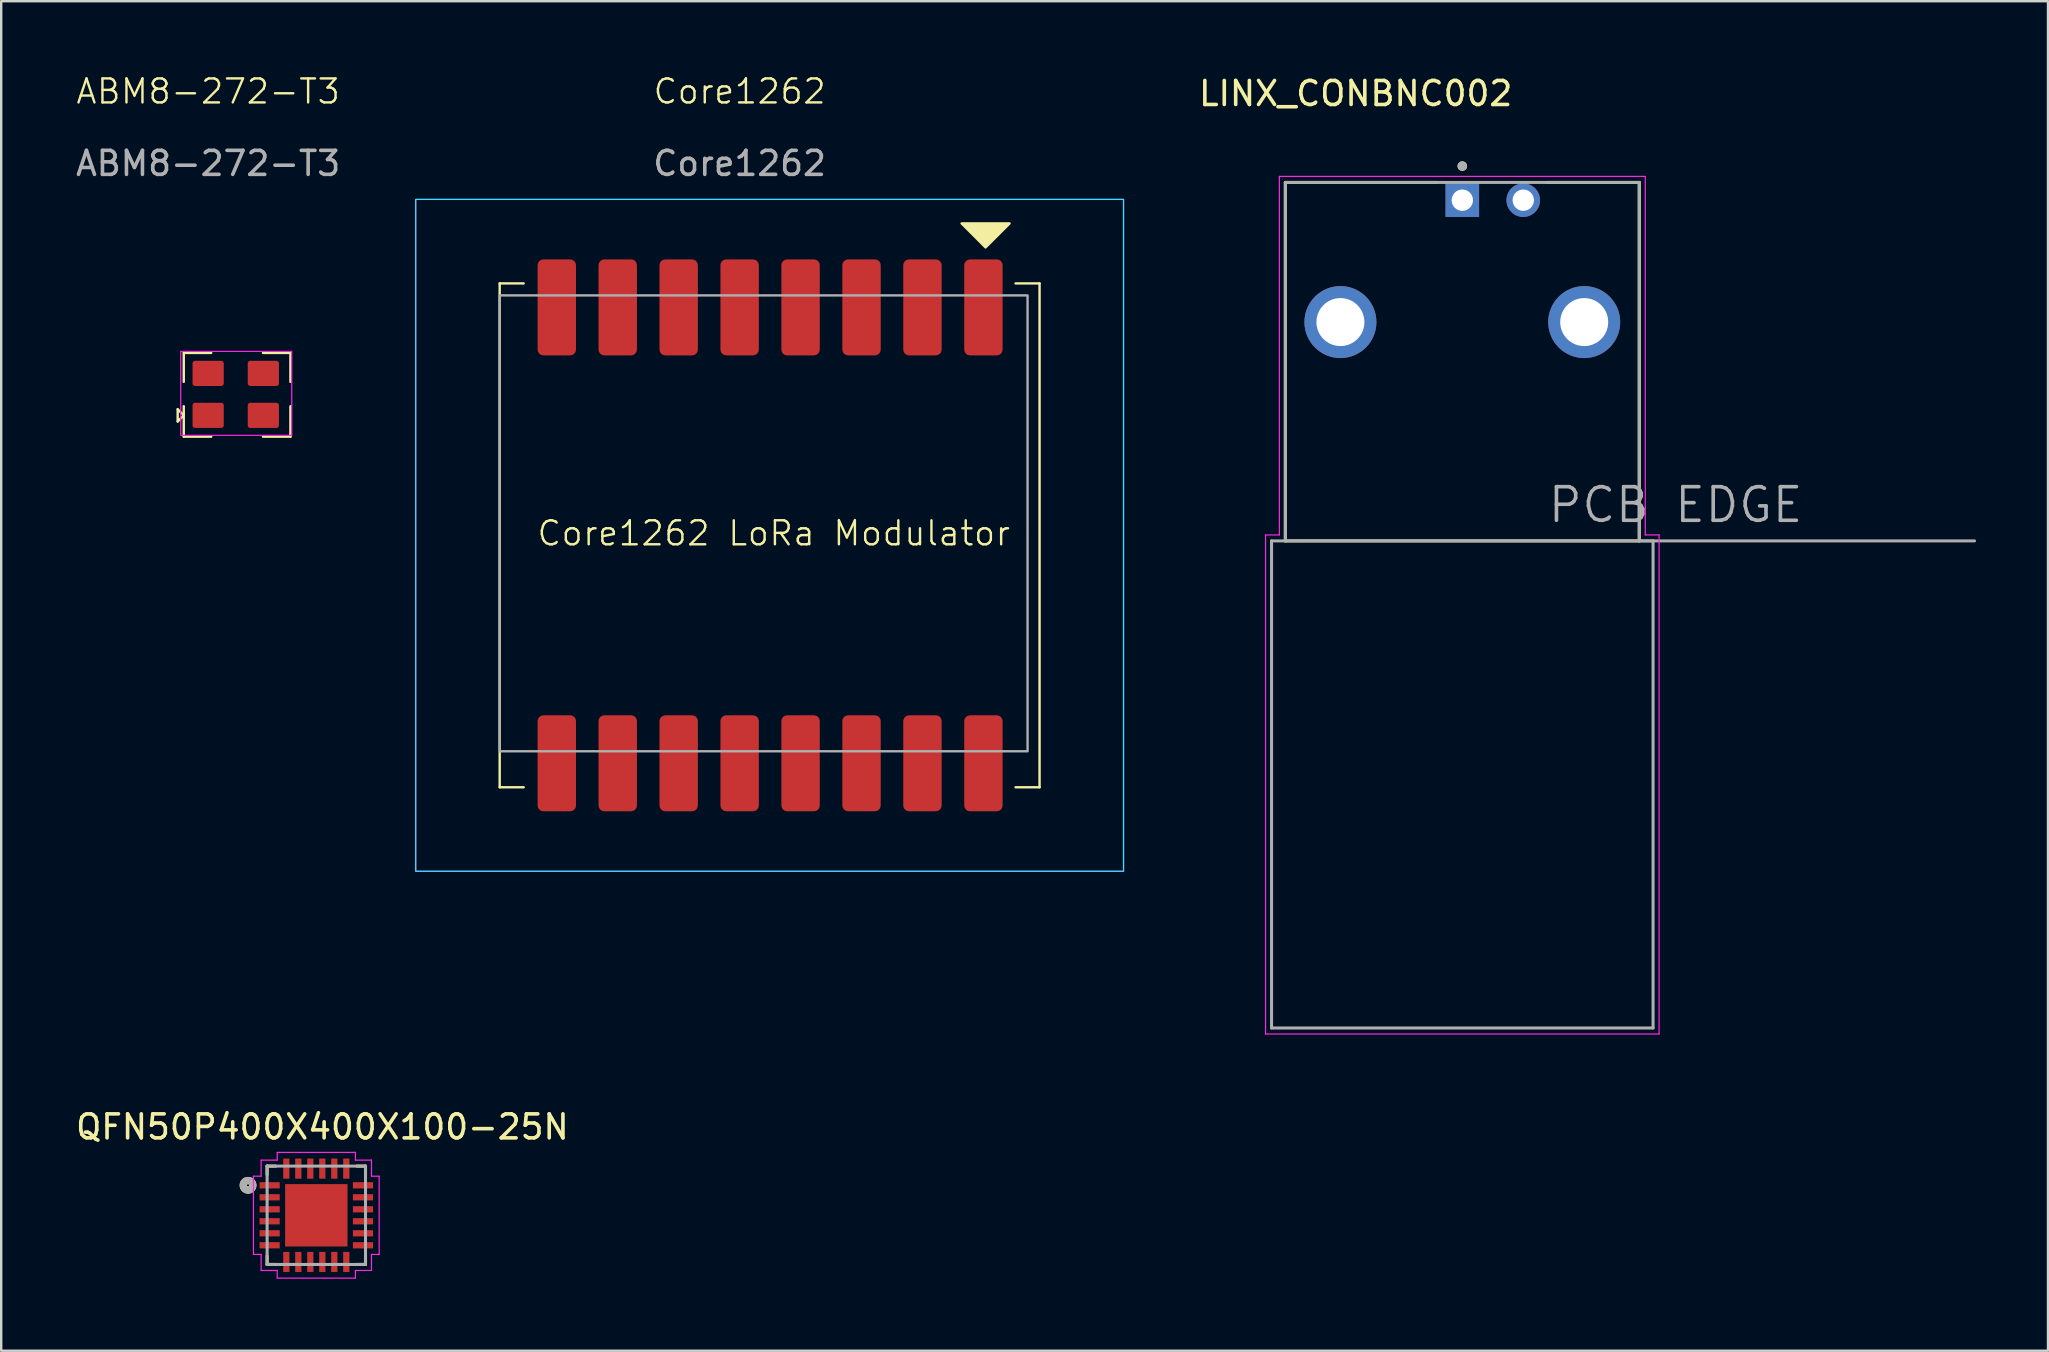
<source format=kicad_pcb>
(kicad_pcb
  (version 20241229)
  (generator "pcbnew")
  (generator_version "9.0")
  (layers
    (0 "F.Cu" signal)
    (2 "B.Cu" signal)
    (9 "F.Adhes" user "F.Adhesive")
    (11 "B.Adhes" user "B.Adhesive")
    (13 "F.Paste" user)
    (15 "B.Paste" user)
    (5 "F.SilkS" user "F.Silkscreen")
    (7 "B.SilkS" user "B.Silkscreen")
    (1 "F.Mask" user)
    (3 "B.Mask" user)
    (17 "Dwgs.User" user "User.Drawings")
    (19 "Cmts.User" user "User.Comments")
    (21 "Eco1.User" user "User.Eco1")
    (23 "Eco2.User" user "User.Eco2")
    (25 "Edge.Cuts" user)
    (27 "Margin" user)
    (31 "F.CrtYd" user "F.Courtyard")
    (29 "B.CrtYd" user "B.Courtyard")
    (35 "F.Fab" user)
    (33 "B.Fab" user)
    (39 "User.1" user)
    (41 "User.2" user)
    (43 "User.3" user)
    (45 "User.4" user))
  (footprint "QFN50P400X400X100-25N"
    (layer "F.Cu")
    (at 10.133 47.599)
    (property "Reference" "QFN50P400X400X100-25N" (at 0.254 -3.683 0) (layer "F.SilkS") (effects (font (size 1 1) (thickness 0.15))))
    (attr smd)
    (fp_line (start -2.05 -2.05) (end -2.05 -1.69) (stroke (width 0.127) (type solid)) (layer "F.SilkS"))
    (fp_line (start -2.05 2.05) (end -2.05 1.69) (stroke (width 0.127) (type solid)) (layer "F.SilkS"))
    (fp_line (start -1.69 -2.05) (end -2.05 -2.05) (stroke (width 0.127) (type solid)) (layer "F.SilkS"))
    (fp_line (start -1.69 2.05) (end -2.05 2.05) (stroke (width 0.127) (type solid)) (layer "F.SilkS"))
    (fp_line (start 1.69 2.05) (end 2.05 2.05) (stroke (width 0.127) (type solid)) (layer "F.SilkS"))
    (fp_line (start 2.05 -2.05) (end 1.69 -2.05) (stroke (width 0.127) (type solid)) (layer "F.SilkS"))
    (fp_line (start 2.05 -1.69) (end 2.05 -2.05) (stroke (width 0.127) (type solid)) (layer "F.SilkS"))
    (fp_line (start 2.05 2.05) (end 2.05 1.69) (stroke (width 0.127) (type solid)) (layer "F.SilkS"))
    (fp_circle (center -2.845 -1.25) (end -2.795 -1.25) (stroke (width 0.3) (type solid)) (fill no) (layer "F.SilkS"))
    (fp_poly (pts (xy -1.045 -1.045) (xy -0.125 -1.045) (xy -0.125 -0.125) (xy -1.045 -0.125)) (stroke (width 0.01) (type solid)) (fill yes) (layer "F.Paste"))
    (fp_poly (pts (xy -1.045 0.125) (xy -0.125 0.125) (xy -0.125 1.045) (xy -1.045 1.045)) (stroke (width 0.01) (type solid)) (fill yes) (layer "F.Paste"))
    (fp_poly (pts (xy 0.125 -1.045) (xy 1.045 -1.045) (xy 1.045 -0.125) (xy 0.125 -0.125)) (stroke (width 0.01) (type solid)) (fill yes) (layer "F.Paste"))
    (fp_poly (pts (xy 0.125 0.125) (xy 1.045 0.125) (xy 1.045 1.045) (xy 0.125 1.045)) (stroke (width 0.01) (type solid)) (fill yes) (layer "F.Paste"))
    (fp_line (start -2.62 -1.63) (end -2.62 1.63) (stroke (width 0.05) (type solid)) (layer "F.CrtYd"))
    (fp_line (start -2.62 1.63) (end -2.3 1.63) (stroke (width 0.05) (type solid)) (layer "F.CrtYd"))
    (fp_line (start -2.3 -2.3) (end -2.3 -1.63) (stroke (width 0.05) (type solid)) (layer "F.CrtYd"))
    (fp_line (start -2.3 -1.63) (end -2.62 -1.63) (stroke (width 0.05) (type solid)) (layer "F.CrtYd"))
    (fp_line (start -2.3 1.63) (end -2.3 2.3) (stroke (width 0.05) (type solid)) (layer "F.CrtYd"))
    (fp_line (start -2.3 2.3) (end -1.63 2.3) (stroke (width 0.05) (type solid)) (layer "F.CrtYd"))
    (fp_line (start -1.63 -2.62) (end -1.63 -2.3) (stroke (width 0.05) (type solid)) (layer "F.CrtYd"))
    (fp_line (start -1.63 -2.3) (end -2.3 -2.3) (stroke (width 0.05) (type solid)) (layer "F.CrtYd"))
    (fp_line (start -1.63 2.3) (end -1.63 2.62) (stroke (width 0.05) (type solid)) (layer "F.CrtYd"))
    (fp_line (start -1.63 2.62) (end 1.63 2.62) (stroke (width 0.05) (type solid)) (layer "F.CrtYd"))
    (fp_line (start 1.63 -2.62) (end -1.63 -2.62) (stroke (width 0.05) (type solid)) (layer "F.CrtYd"))
    (fp_line (start 1.63 -2.3) (end 1.63 -2.62) (stroke (width 0.05) (type solid)) (layer "F.CrtYd"))
    (fp_line (start 1.63 2.3) (end 2.3 2.3) (stroke (width 0.05) (type solid)) (layer "F.CrtYd"))
    (fp_line (start 1.63 2.62) (end 1.63 2.3) (stroke (width 0.05) (type solid)) (layer "F.CrtYd"))
    (fp_line (start 2.3 -2.3) (end 1.63 -2.3) (stroke (width 0.05) (type solid)) (layer "F.CrtYd"))
    (fp_line (start 2.3 -1.63) (end 2.3 -2.3) (stroke (width 0.05) (type solid)) (layer "F.CrtYd"))
    (fp_line (start 2.3 1.63) (end 2.62 1.63) (stroke (width 0.05) (type solid)) (layer "F.CrtYd"))
    (fp_line (start 2.3 2.3) (end 2.3 1.63) (stroke (width 0.05) (type solid)) (layer "F.CrtYd"))
    (fp_line (start 2.62 -1.63) (end 2.3 -1.63) (stroke (width 0.05) (type solid)) (layer "F.CrtYd"))
    (fp_line (start 2.62 1.63) (end 2.62 -1.63) (stroke (width 0.05) (type solid)) (layer "F.CrtYd"))
    (fp_line (start -2.05 -2.05) (end -2.05 2.05) (stroke (width 0.127) (type solid)) (layer "F.Fab"))
    (fp_line (start -2.05 2.05) (end 2.05 2.05) (stroke (width 0.127) (type solid)) (layer "F.Fab"))
    (fp_line (start 2.05 -2.05) (end -2.05 -2.05) (stroke (width 0.127) (type solid)) (layer "F.Fab"))
    (fp_line (start 2.05 2.05) (end 2.05 -2.05) (stroke (width 0.127) (type solid)) (layer "F.Fab"))
    (fp_circle (center -2.845 -1.25) (end -2.795 -1.25) (stroke (width 0.3) (type solid)) (fill no) (layer "F.Fab"))
    (pad "0" smd rect (at 0 0) (size 2.6 2.6) (layers "F.Cu" "F.Mask"))
    (pad "1" smd rect (at -1.945 -1.25) (size 0.84 0.26) (layers "F.Cu" "F.Mask" "F.Paste"))
    (pad "2" smd rect (at -1.945 -0.75) (size 0.84 0.26) (layers "F.Cu" "F.Mask" "F.Paste"))
    (pad "3" smd rect (at -1.945 -0.25) (size 0.84 0.26) (layers "F.Cu" "F.Mask" "F.Paste"))
    (pad "4" smd rect (at -1.945 0.25) (size 0.84 0.26) (layers "F.Cu" "F.Mask" "F.Paste"))
    (pad "5" smd rect (at -1.945 0.75) (size 0.84 0.26) (layers "F.Cu" "F.Mask" "F.Paste"))
    (pad "6" smd rect (at -1.945 1.25) (size 0.84 0.26) (layers "F.Cu" "F.Mask" "F.Paste"))
    (pad "7" smd rect (at -1.25 1.945) (size 0.26 0.84) (layers "F.Cu" "F.Mask" "F.Paste"))
    (pad "8" smd rect (at -0.75 1.945) (size 0.26 0.84) (layers "F.Cu" "F.Mask" "F.Paste"))
    (pad "9" smd rect (at -0.25 1.945) (size 0.26 0.84) (layers "F.Cu" "F.Mask" "F.Paste"))
    (pad "10" smd rect (at 0.25 1.945) (size 0.26 0.84) (layers "F.Cu" "F.Mask" "F.Paste"))
    (pad "11" smd rect (at 0.75 1.945) (size 0.26 0.84) (layers "F.Cu" "F.Mask" "F.Paste"))
    (pad "12" smd rect (at 1.25 1.945) (size 0.26 0.84) (layers "F.Cu" "F.Mask" "F.Paste"))
    (pad "13" smd rect (at 1.945 1.25) (size 0.84 0.26) (layers "F.Cu" "F.Mask" "F.Paste"))
    (pad "14" smd rect (at 1.945 0.75) (size 0.84 0.26) (layers "F.Cu" "F.Mask" "F.Paste"))
    (pad "15" smd rect (at 1.945 0.25) (size 0.84 0.26) (layers "F.Cu" "F.Mask" "F.Paste"))
    (pad "16" smd rect (at 1.945 -0.25) (size 0.84 0.26) (layers "F.Cu" "F.Mask" "F.Paste"))
    (pad "17" smd rect (at 1.945 -0.75) (size 0.84 0.26) (layers "F.Cu" "F.Mask" "F.Paste"))
    (pad "18" smd rect (at 1.945 -1.25) (size 0.84 0.26) (layers "F.Cu" "F.Mask" "F.Paste"))
    (pad "19" smd rect (at 1.25 -1.945) (size 0.26 0.84) (layers "F.Cu" "F.Mask" "F.Paste"))
    (pad "20" smd rect (at 0.75 -1.945) (size 0.26 0.84) (layers "F.Cu" "F.Mask" "F.Paste"))
    (pad "21" smd rect (at 0.25 -1.945) (size 0.26 0.84) (layers "F.Cu" "F.Mask" "F.Paste"))
    (pad "22" smd rect (at -0.25 -1.945) (size 0.26 0.84) (layers "F.Cu" "F.Mask" "F.Paste"))
    (pad "23" smd rect (at -0.75 -1.945) (size 0.26 0.84) (layers "F.Cu" "F.Mask" "F.Paste"))
    (pad "24" smd rect (at -1.25 -1.945) (size 0.26 0.84) (layers "F.Cu" "F.Mask" "F.Paste")))
  (footprint "ABM8-272-T3"
    (layer "F.Cu")
    (at 5.625 14.261)
    (property "Reference" "ABM8-272-T3" (at 0 -13.5 0) (unlocked yes) (layer "F.SilkS") (effects (font (size 1 1) (thickness 0.1))))
    (attr smd)
    (fp_line (start -1.27 -0.254) (end -1.27 0.254) (stroke (width 0.1) (type default)) (layer "F.SilkS"))
    (fp_line (start -1.27 0.254) (end -1.016 0) (stroke (width 0.1) (type default)) (layer "F.SilkS"))
    (fp_line (start -1.016 -2.603) (end 0.127 -2.603) (stroke (width 0.1) (type default)) (layer "F.SilkS"))
    (fp_line (start -1.016 -1.397) (end -1.016 -2.603) (stroke (width 0.1) (type default)) (layer "F.SilkS"))
    (fp_line (start -1.016 -0.381) (end -1.016 0.889) (stroke (width 0.1) (type default)) (layer "F.SilkS"))
    (fp_line (start -1.016 0) (end -1.27 -0.254) (stroke (width 0.1) (type default)) (layer "F.SilkS"))
    (fp_line (start -1.016 0.889) (end 0.127 0.889) (stroke (width 0.1) (type default)) (layer "F.SilkS"))
    (fp_line (start 3.429 -2.603) (end 2.286 -2.603) (stroke (width 0.1) (type default)) (layer "F.SilkS"))
    (fp_line (start 3.429 -1.397) (end 3.429 -2.603) (stroke (width 0.1) (type default)) (layer "F.SilkS"))
    (fp_line (start 3.429 -0.381) (end 3.429 0.889) (stroke (width 0.1) (type default)) (layer "F.SilkS"))
    (fp_line (start 3.429 0.889) (end 2.286 0.889) (stroke (width 0.1) (type default)) (layer "F.SilkS"))
    (fp_rect (start -1.143 -2.667) (end 3.484 0.833) (stroke (width 0.05) (type solid)) (fill no) (layer "F.CrtYd"))
    (fp_text user "${REFERENCE}" (at 0 -10.5 0) (unlocked yes) (layer "F.Fab") (effects (font (size 1 1) (thickness 0.15))))
    (pad "1" smd roundrect (at 0 0) (size 1.3 1.05) (layers "F.Cu" "F.Mask" "F.Paste") (roundrect_rratio 0.1))
    (pad "2" smd roundrect (at 2.3 0) (size 1.3 1.05) (layers "F.Cu" "F.Mask" "F.Paste") (roundrect_rratio 0.1))
    (pad "3" smd roundrect (at 2.3 -1.75) (size 1.3 1.05) (layers "F.Cu" "F.Mask" "F.Paste") (roundrect_rratio 0.1))
    (pad "4" smd roundrect (at 0 -1.75) (size 1.3 1.05) (layers "F.Cu" "F.Mask" "F.Paste") (roundrect_rratio 0.1)))
  (footprint "Core1262"
    (layer "F.Cu")
    (at 17.755 28.761)
    (property "Reference" "Core1262" (at 10.02 -28 0) (unlocked yes) (layer "F.SilkS") (effects (font (size 1 1) (thickness 0.1))))
    (attr smd)
    (fp_line (start 0.02 -20) (end 1.02 -20) (stroke (width 0.1) (type default)) (layer "F.SilkS"))
    (fp_line (start 0.02 1) (end 0.02 -20) (stroke (width 0.1) (type default)) (layer "F.SilkS"))
    (fp_line (start 0.02 1) (end 1.02 1) (stroke (width 0.1) (type default)) (layer "F.SilkS"))
    (fp_line (start 22.52 -20) (end 21.52 -20) (stroke (width 0.1) (type default)) (layer "F.SilkS"))
    (fp_line (start 22.52 1) (end 21.52 1) (stroke (width 0.1) (type default)) (layer "F.SilkS"))
    (fp_line (start 22.52 1) (end 22.52 -20) (stroke (width 0.1) (type default)) (layer "F.SilkS"))
    (fp_poly (pts (xy 21.27 -22.5) (xy 20.27 -21.5) (xy 19.27 -22.5)) (stroke (width 0.1) (type solid)) (fill yes) (layer "F.SilkS"))
    (fp_rect (start -3.48 -23.5) (end 26.02 4.5) (stroke (width 0.05) (type default)) (fill no) (layer "B.CrtYd"))
    (fp_rect (start -3.48 -23.5) (end 26.02 4.5) (stroke (width 0.05) (type default)) (fill no) (layer "F.CrtYd"))
    (fp_rect (start 0.02 -19.5) (end 22.02 -0.5) (stroke (width 0.1) (type solid)) (fill no) (layer "F.Fab"))
    (fp_text user "Core1262 LoRa Modulator" (at 1.52 -9 0) (unlocked yes) (layer "F.SilkS") (effects (font (size 1 1) (thickness 0.1)) (justify left bottom)))
    (fp_text user "${REFERENCE}" (at 10.02 -25 0) (unlocked yes) (layer "F.Fab") (effects (font (size 1 1) (thickness 0.15))))
    (pad "1" smd roundrect (at 20.18 -19) (size 1.6 4) (layers "F.Cu" "F.Mask" "F.Paste") (roundrect_rratio 0.15))
    (pad "2" smd roundrect (at 17.64 -19) (size 1.6 4) (layers "F.Cu" "F.Mask" "F.Paste") (roundrect_rratio 0.15))
    (pad "3" smd roundrect (at 15.1 -19) (size 1.6 4) (layers "F.Cu" "F.Mask" "F.Paste") (roundrect_rratio 0.15))
    (pad "4" smd roundrect (at 12.56 -19) (size 1.6 4) (layers "F.Cu" "F.Mask" "F.Paste") (roundrect_rratio 0.15))
    (pad "5" smd roundrect (at 10.02 -19) (size 1.6 4) (layers "F.Cu" "F.Mask" "F.Paste") (roundrect_rratio 0.15))
    (pad "6" smd roundrect (at 7.48 -19) (size 1.6 4) (layers "F.Cu" "F.Mask" "F.Paste") (roundrect_rratio 0.15))
    (pad "7" smd roundrect (at 4.94 -19) (size 1.6 4) (layers "F.Cu" "F.Mask" "F.Paste") (roundrect_rratio 0.15))
    (pad "8" smd roundrect (at 2.4 -19) (size 1.6 4) (layers "F.Cu" "F.Mask" "F.Paste") (roundrect_rratio 0.15))
    (pad "9" smd roundrect (at 2.4 0) (size 1.6 4) (layers "F.Cu" "F.Mask" "F.Paste") (roundrect_rratio 0.15))
    (pad "10" smd roundrect (at 4.94 0) (size 1.6 4) (layers "F.Cu" "F.Mask" "F.Paste") (roundrect_rratio 0.15))
    (pad "11" smd roundrect (at 7.48 0) (size 1.6 4) (layers "F.Cu" "F.Mask" "F.Paste") (roundrect_rratio 0.15))
    (pad "12" smd roundrect (at 10.02 0) (size 1.6 4) (layers "F.Cu" "F.Mask" "F.Paste") (roundrect_rratio 0.15))
    (pad "13" smd roundrect (at 12.56 0) (size 1.6 4) (layers "F.Cu" "F.Mask" "F.Paste") (roundrect_rratio 0.15))
    (pad "14" smd roundrect (at 15.1 0) (size 1.6 4) (layers "F.Cu" "F.Mask" "F.Paste") (roundrect_rratio 0.15))
    (pad "15" smd roundrect (at 17.64 0) (size 1.6 4) (layers "F.Cu" "F.Mask" "F.Paste") (roundrect_rratio 0.15))
    (pad "16" smd roundrect (at 20.18 0) (size 1.6 4) (layers "F.Cu" "F.Mask" "F.Paste") (roundrect_rratio 0.15)))
  (footprint "LINX_CONBNC002"
    (layer "F.Cu")
    (at 57.894 10.373)
    (property "Reference" "LINX_CONBNC002" (at -4.445 -9.525 0) (layer "F.SilkS") (effects (font (size 1 1) (thickness 0.15))))
    (attr through_hole)
    (fp_line (start -7.375 -5.82) (end -1.1 -5.82) (stroke (width 0.127) (type solid)) (layer "F.SilkS"))
    (fp_line (start -7.375 9.12) (end -7.375 -5.82) (stroke (width 0.127) (type solid)) (layer "F.SilkS"))
    (fp_line (start 3.56 -5.82) (end 7.375 -5.82) (stroke (width 0.127) (type solid)) (layer "F.SilkS"))
    (fp_line (start 7.375 -5.82) (end 7.375 9.12) (stroke (width 0.127) (type solid)) (layer "F.SilkS"))
    (fp_line (start 7.375 9.12) (end -7.375 9.12) (stroke (width 0.127) (type solid)) (layer "F.SilkS"))
    (fp_circle (center 0 -6.5) (end 0.1 -6.5) (stroke (width 0.2) (type solid)) (fill no) (layer "F.SilkS"))
    (fp_line (start -8.2 8.87) (end -7.625 8.87) (stroke (width 0.05) (type solid)) (layer "F.CrtYd"))
    (fp_line (start -8.2 29.67) (end -8.2 8.87) (stroke (width 0.05) (type solid)) (layer "F.CrtYd"))
    (fp_line (start -7.625 -6.07) (end 7.625 -6.07) (stroke (width 0.05) (type solid)) (layer "F.CrtYd"))
    (fp_line (start -7.625 8.87) (end -7.625 -6.07) (stroke (width 0.05) (type solid)) (layer "F.CrtYd"))
    (fp_line (start 7.625 -6.07) (end 7.625 8.87) (stroke (width 0.05) (type solid)) (layer "F.CrtYd"))
    (fp_line (start 7.625 8.87) (end 8.2 8.87) (stroke (width 0.05) (type solid)) (layer "F.CrtYd"))
    (fp_line (start 8.2 8.87) (end 8.2 29.67) (stroke (width 0.05) (type solid)) (layer "F.CrtYd"))
    (fp_line (start 8.2 29.67) (end -8.2 29.67) (stroke (width 0.05) (type solid)) (layer "F.CrtYd"))
    (fp_line (start -7.95 9.12) (end -7.95 29.42) (stroke (width 0.127) (type solid)) (layer "F.Fab"))
    (fp_line (start -7.95 9.12) (end -7.375 9.12) (stroke (width 0.127) (type solid)) (layer "F.Fab"))
    (fp_line (start -7.95 29.42) (end 7.95 29.42) (stroke (width 0.127) (type solid)) (layer "F.Fab"))
    (fp_line (start -7.375 -5.82) (end 7.375 -5.82) (stroke (width 0.127) (type solid)) (layer "F.Fab"))
    (fp_line (start -7.375 9.12) (end -7.375 -5.82) (stroke (width 0.127) (type solid)) (layer "F.Fab"))
    (fp_line (start 7.375 -5.82) (end 7.375 9.12) (stroke (width 0.127) (type solid)) (layer "F.Fab"))
    (fp_line (start 7.375 9.12) (end -7.375 9.12) (stroke (width 0.127) (type solid)) (layer "F.Fab"))
    (fp_line (start 7.375 9.12) (end 7.95 9.12) (stroke (width 0.127) (type solid)) (layer "F.Fab"))
    (fp_line (start 7.95 9.12) (end 7.375 9.12) (stroke (width 0.127) (type solid)) (layer "F.Fab"))
    (fp_line (start 7.95 29.42) (end 7.95 9.12) (stroke (width 0.127) (type solid)) (layer "F.Fab"))
    (fp_line (start 21.345 9.12) (end 7.95 9.12) (stroke (width 0.127) (type solid)) (layer "F.Fab"))
    (fp_circle (center 0 -6.5) (end 0.1 -6.5) (stroke (width 0.2) (type solid)) (fill no) (layer "F.Fab"))
    (fp_text user "PCB EDGE" (at 8.89 7.62 0) (layer "F.Fab") (effects (font (size 1.4 1.4) (thickness 0.15))))
    (pad "1" thru_hole rect (at 0 -5.08) (size 1.398 1.398) (drill 0.89) (layers "*.Cu" "*.Mask"))
    (pad "2" thru_hole circle (at 2.54 -5.08) (size 1.398 1.398) (drill 0.89) (layers "*.Cu" "*.Mask"))
    (pad "S1" thru_hole circle (at -5.08 0) (size 3 3) (drill 2) (layers "*.Cu" "*.Mask"))
    (pad "S2" thru_hole circle (at 5.08 0) (size 3 3) (drill 2) (layers "*.Cu" "*.Mask")))
  (gr_rect
    (start -3 -3)
    (end 82.302 53.245)
    (stroke (width 0.1) (type default))
    (fill no)
    (layer "Edge.Cuts")))
</source>
